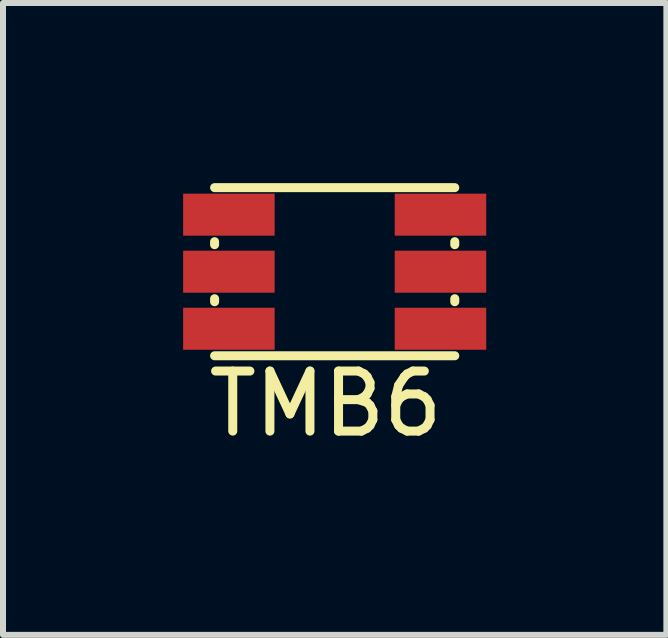
<source format=kicad_pcb>
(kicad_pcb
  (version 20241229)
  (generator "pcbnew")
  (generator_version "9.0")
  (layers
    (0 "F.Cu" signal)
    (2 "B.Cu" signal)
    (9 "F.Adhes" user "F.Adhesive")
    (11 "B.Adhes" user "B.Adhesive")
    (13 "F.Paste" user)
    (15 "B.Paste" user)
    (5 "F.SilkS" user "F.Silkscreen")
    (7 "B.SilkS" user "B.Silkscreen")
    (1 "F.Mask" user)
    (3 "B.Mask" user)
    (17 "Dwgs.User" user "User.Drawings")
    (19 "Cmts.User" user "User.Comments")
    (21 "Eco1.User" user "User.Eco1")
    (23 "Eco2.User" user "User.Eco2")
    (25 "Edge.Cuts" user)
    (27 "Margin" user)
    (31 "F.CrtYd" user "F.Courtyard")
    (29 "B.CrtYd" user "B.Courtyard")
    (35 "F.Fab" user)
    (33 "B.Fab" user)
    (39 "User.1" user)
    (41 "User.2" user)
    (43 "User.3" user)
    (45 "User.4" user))
  (footprint "TMB6"
    (layer "F.Cu")
    (at 2.524 1.475)
    (property "Reference" "TMB6" (at -0.15 2.2 0) (layer "F.SilkS") (effects (font (size 1 1) (thickness 0.15))))
    (attr through_hole)
    (fp_line (start -2 -1.4) (end 2 -1.4) (stroke (width 0.15) (type solid)) (layer "F.SilkS"))
    (fp_line (start -2 -0.45) (end -2 -0.5) (stroke (width 0.15) (type solid)) (layer "F.SilkS"))
    (fp_line (start -2 0.5) (end -2 0.45) (stroke (width 0.15) (type solid)) (layer "F.SilkS"))
    (fp_line (start 2 -0.45) (end 2 -0.5) (stroke (width 0.15) (type solid)) (layer "F.SilkS"))
    (fp_line (start 2 0.45) (end 2 0.5) (stroke (width 0.15) (type solid)) (layer "F.SilkS"))
    (fp_line (start 2 1.4) (end -2 1.4) (stroke (width 0.15) (type solid)) (layer "F.SilkS"))
    (pad "1" smd rect (at -1.762 -0.95) (size 1.524 0.7) (layers "F.Cu" "F.Mask" "F.Paste"))
    (pad "2" smd rect (at -1.762 0) (size 1.524 0.7) (layers "F.Cu" "F.Mask" "F.Paste"))
    (pad "3" smd rect (at -1.762 0.95) (size 1.524 0.7) (layers "F.Cu" "F.Mask" "F.Paste"))
    (pad "4" smd rect (at 1.762 0.95) (size 1.524 0.7) (layers "F.Cu" "F.Mask" "F.Paste"))
    (pad "5" smd rect (at 1.762 0) (size 1.524 0.7) (layers "F.Cu" "F.Mask" "F.Paste"))
    (pad "6" smd rect (at 1.762 -0.95) (size 1.524 0.7) (layers "F.Cu" "F.Mask" "F.Paste")))
  (gr_rect
    (start -3 -3)
    (end 8.048 7.523)
    (stroke (width 0.1) (type default))
    (fill no)
    (layer "Edge.Cuts")))
</source>
